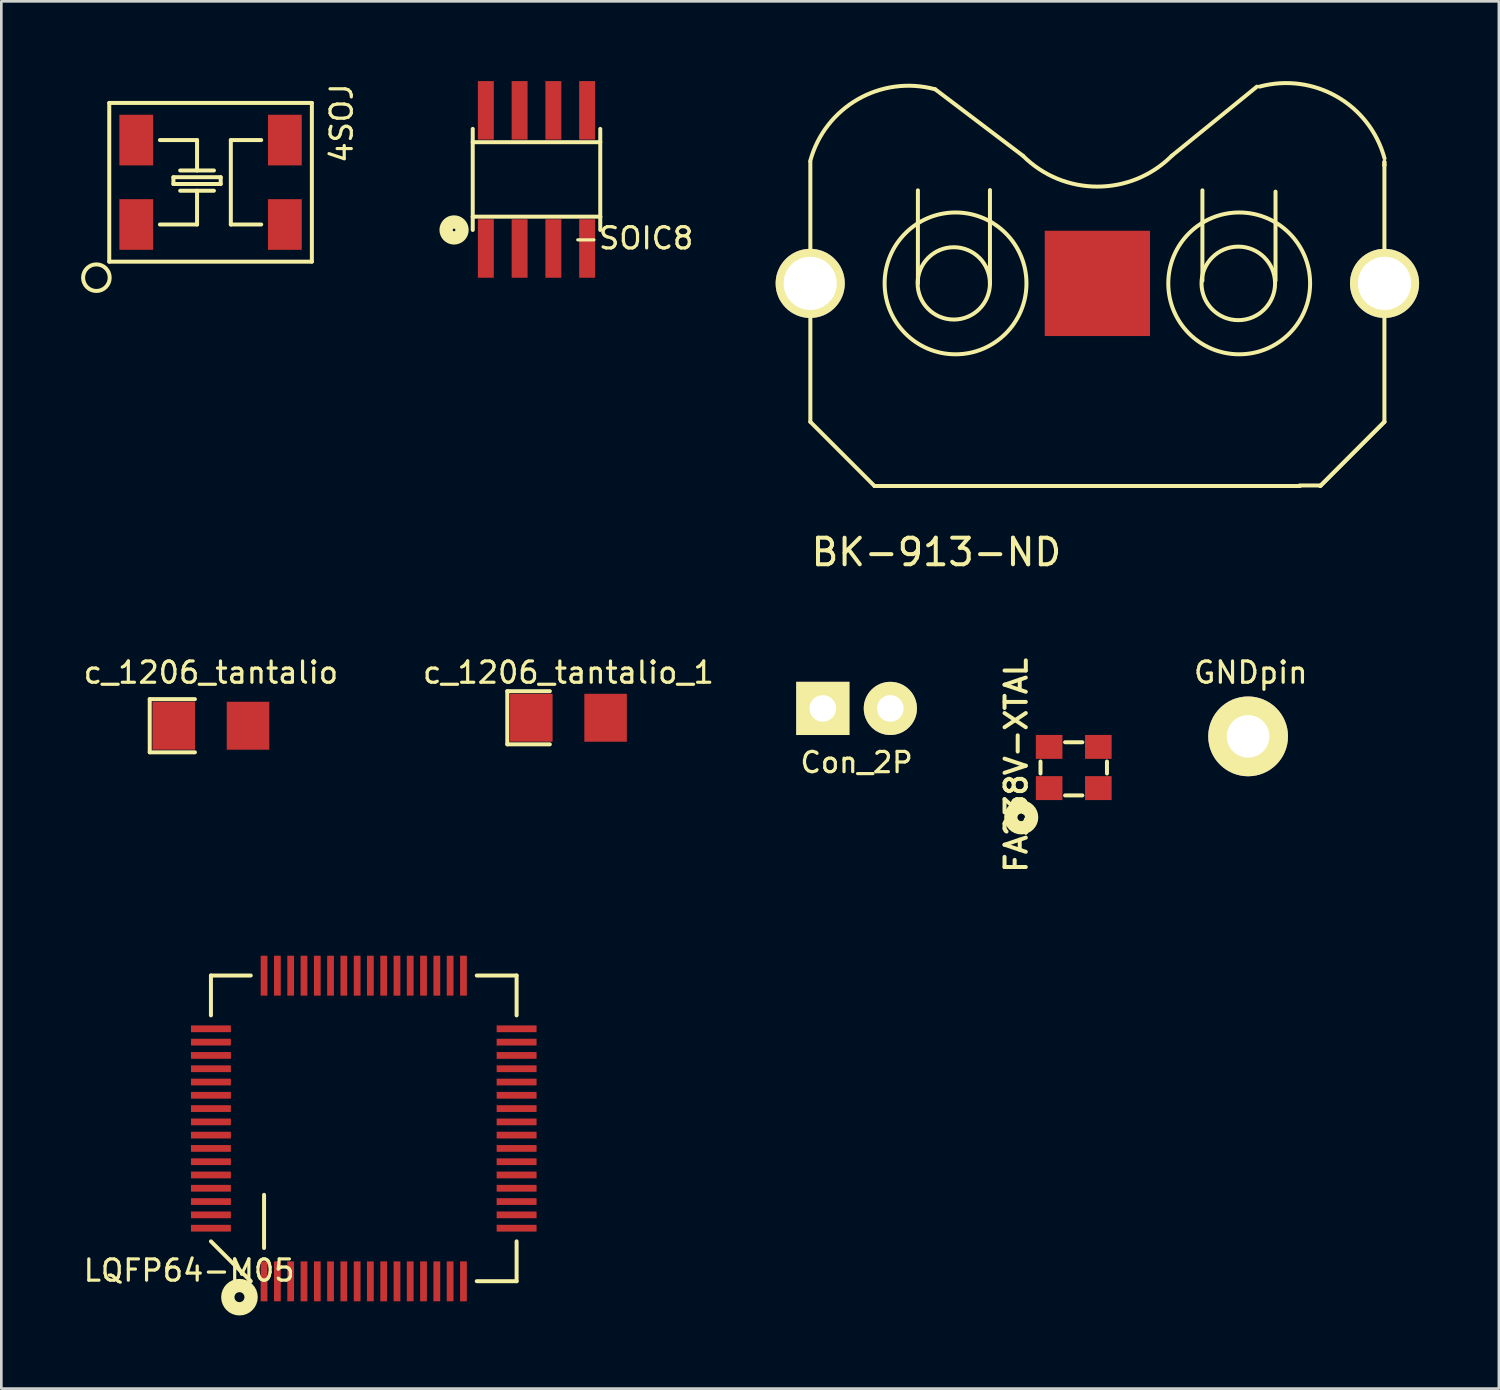
<source format=kicad_pcb>
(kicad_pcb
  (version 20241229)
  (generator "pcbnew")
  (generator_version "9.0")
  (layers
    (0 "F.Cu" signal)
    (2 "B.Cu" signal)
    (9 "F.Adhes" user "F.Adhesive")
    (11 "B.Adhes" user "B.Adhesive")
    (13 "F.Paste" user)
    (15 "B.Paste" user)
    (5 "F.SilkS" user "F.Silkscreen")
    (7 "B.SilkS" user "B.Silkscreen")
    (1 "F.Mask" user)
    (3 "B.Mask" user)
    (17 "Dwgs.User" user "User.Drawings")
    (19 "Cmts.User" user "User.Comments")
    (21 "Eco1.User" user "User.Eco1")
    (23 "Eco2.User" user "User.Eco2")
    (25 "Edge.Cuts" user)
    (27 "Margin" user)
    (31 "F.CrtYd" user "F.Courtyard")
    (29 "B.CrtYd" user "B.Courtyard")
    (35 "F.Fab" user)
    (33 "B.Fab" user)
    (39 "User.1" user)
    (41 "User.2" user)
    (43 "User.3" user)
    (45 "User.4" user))
  (footprint "FA238V-XTAL"
    (layer "F.Cu")
    (at 36.407 26.59)
    (property "Reference" "FA238V-XTAL" (at -1.24 -0.861 90) (layer "F.SilkS") (effects (font (size 0.8 0.8) (thickness 0.15))))
    (attr through_hole)
    (fp_line (start -0.325 -0.55) (end -0.325 -1) (stroke (width 0.15) (type solid)) (layer "F.SilkS"))
    (fp_line (start 0.6 0.275) (end 1.25 0.275) (stroke (width 0.15) (type solid)) (layer "F.SilkS"))
    (fp_line (start 1.25 -1.725) (end 0.6 -1.725) (stroke (width 0.15) (type solid)) (layer "F.SilkS"))
    (fp_line (start 2.175 -1) (end 2.175 -0.55) (stroke (width 0.15) (type solid)) (layer "F.SilkS"))
    (fp_circle (center -1.05 1.1) (end -0.95 1.2) (stroke (width 0.5) (type solid)) (fill no) (layer "F.SilkS"))
    (pad "1" smd rect (at 0 0) (size 1 0.9) (layers "F.Cu" "F.Mask" "F.Paste"))
    (pad "2" smd rect (at 1.85 0) (size 1 0.9) (layers "F.Cu" "F.Mask" "F.Paste"))
    (pad "3" smd rect (at 1.85 -1.55) (size 1 0.9) (layers "F.Cu" "F.Mask" "F.Paste"))
    (pad "4" smd rect (at 0 -1.55) (size 1 0.9) (layers "F.Cu" "F.Mask" "F.Paste")))
  (footprint "BK-913-ND"
    (layer "F.Cu")
    (at 38.221 7.608)
    (property "Reference" "BK-913-ND" (at -6.055 10.109 0) (layer "F.SilkS") (effects (font (size 1 1) (thickness 0.15))))
    (attr through_hole)
    (fp_line (start -10.795 -4.572) (end -10.795 0) (stroke (width 0.15) (type solid)) (layer "F.SilkS"))
    (fp_line (start -10.795 0) (end -10.795 5.207) (stroke (width 0.15) (type solid)) (layer "F.SilkS"))
    (fp_line (start -10.795 5.207) (end -8.382 7.62) (stroke (width 0.15) (type solid)) (layer "F.SilkS"))
    (fp_line (start -8.382 7.62) (end 7.62 7.62) (stroke (width 0.15) (type solid)) (layer "F.SilkS"))
    (fp_line (start -6.75 0) (end -6.75 -3.5) (stroke (width 0.15) (type solid)) (layer "F.SilkS"))
    (fp_line (start -6.1 -7.3) (end -2.8 -4.8) (stroke (width 0.15) (type solid)) (layer "F.SilkS"))
    (fp_line (start -4.04 0.02) (end -4.04 -3.51) (stroke (width 0.15) (type solid)) (layer "F.SilkS"))
    (fp_line (start 3.95 -0.1) (end 3.95 -3.5) (stroke (width 0.15) (type solid)) (layer "F.SilkS"))
    (fp_line (start 6 -7.4) (end 2.8 -4.8) (stroke (width 0.15) (type solid)) (layer "F.SilkS"))
    (fp_line (start 6.7 -0.1) (end 6.7 -3.45) (stroke (width 0.15) (type solid)) (layer "F.SilkS"))
    (fp_line (start 7.6 7.6) (end 8.4 7.6) (stroke (width 0.15) (type solid)) (layer "F.SilkS"))
    (fp_line (start 10.795 -4.572) (end 10.795 -4.445) (stroke (width 0.15) (type solid)) (layer "F.SilkS"))
    (fp_line (start 10.795 -4.572) (end 10.795 -4.445) (stroke (width 0.15) (type solid)) (layer "F.SilkS"))
    (fp_line (start 10.795 0) (end 10.795 -4.445) (stroke (width 0.15) (type solid)) (layer "F.SilkS"))
    (fp_line (start 10.795 0) (end 10.795 5.207) (stroke (width 0.15) (type solid)) (layer "F.SilkS"))
    (fp_line (start 10.795 5.207) (end 8.382 7.62) (stroke (width 0.15) (type solid)) (layer "F.SilkS"))
    (fp_line (start 10.795 5.207) (end 8.382 7.62) (stroke (width 0.15) (type solid)) (layer "F.SilkS"))
    (fp_arc (start -10.8 -4.6) (mid -9.009188 -6.923402) (end -6.1 -7.3) (stroke (width 0.15) (type solid)) (layer "F.SilkS"))
    (fp_arc (start 2.8 -4.8) (mid 0 -3.640202) (end -2.8 -4.8) (stroke (width 0.15) (type solid)) (layer "F.SilkS"))
    (fp_arc (start 6.1 -7.4) (mid 9.009188 -7.023402) (end 10.8 -4.7) (stroke (width 0.15) (type solid)) (layer "F.SilkS"))
    (fp_circle (center -5.4 0) (end -4.1 0.4) (stroke (width 0.15) (type solid)) (fill no) (layer "F.SilkS"))
    (fp_circle (center -5.334 0) (end -2.667 0) (stroke (width 0.15) (type solid)) (fill no) (layer "F.SilkS"))
    (fp_circle (center 5.3 0) (end 6.35 0.9) (stroke (width 0.15) (type solid)) (fill no) (layer "F.SilkS"))
    (fp_circle (center 5.334 0) (end 2.667 0) (stroke (width 0.15) (type solid)) (fill no) (layer "F.SilkS"))
    (pad "1" thru_hole circle (at -10.8 0) (size 2.6 2.6) (drill 2) (layers "*.Cu" "*.Mask" "F.SilkS"))
    (pad "1" thru_hole circle (at 10.8 0) (size 2.6 2.6) (drill 2) (layers "*.Cu" "*.Mask" "F.SilkS"))
    (pad "2" smd rect (at 0 0) (size 3.96 3.96) (layers "F.Cu" "F.Mask" "F.Paste")))
  (footprint "LQFP64-M05"
    (layer "F.Cu")
    (at 10.628 39.389)
    (property "Reference" "LQFP64-M05" (at -6.566 5.343 0) (layer "F.SilkS") (effects (font (size 0.8 0.8) (thickness 0.12))))
    (attr smd)
    (fp_line (start -5.745 -5.751) (end -4.247 -5.751) (stroke (width 0.15) (type solid)) (layer "F.SilkS"))
    (fp_line (start -5.745 -4.252) (end -5.745 -5.751) (stroke (width 0.15) (type solid)) (layer "F.SilkS"))
    (fp_line (start -5.745 4.247) (end -4.247 5.745) (stroke (width 0.15) (type solid)) (layer "F.SilkS"))
    (fp_line (start -3.747 4.496) (end -3.747 2.497) (stroke (width 0.15) (type solid)) (layer "F.SilkS"))
    (fp_line (start 5.751 -5.751) (end 4.252 -5.751) (stroke (width 0.15) (type solid)) (layer "F.SilkS"))
    (fp_line (start 5.751 -4.252) (end 5.751 -5.751) (stroke (width 0.15) (type solid)) (layer "F.SilkS"))
    (fp_line (start 5.751 4.247) (end 5.751 5.745) (stroke (width 0.15) (type solid)) (layer "F.SilkS"))
    (fp_line (start 5.751 5.745) (end 4.252 5.745) (stroke (width 0.15) (type solid)) (layer "F.SilkS"))
    (fp_circle (center -4.672 6.346) (end -4.484 6.346) (stroke (width 0.5) (type solid)) (fill no) (layer "F.SilkS"))
    (pad "1" smd rect (at -3.747 5.751) (size 0.254 1.501) (layers "F.Cu" "F.Mask" "F.Paste"))
    (pad "2" smd rect (at -3.246 5.751) (size 0.254 1.501) (layers "F.Cu" "F.Mask" "F.Paste"))
    (pad "3" smd rect (at -2.746 5.751) (size 0.254 1.501) (layers "F.Cu" "F.Mask" "F.Paste"))
    (pad "4" smd rect (at -2.245 5.751) (size 0.254 1.501) (layers "F.Cu" "F.Mask" "F.Paste"))
    (pad "5" smd rect (at -1.745 5.751) (size 0.254 1.501) (layers "F.Cu" "F.Mask" "F.Paste"))
    (pad "6" smd rect (at -1.247 5.751) (size 0.254 1.501) (layers "F.Cu" "F.Mask" "F.Paste"))
    (pad "7" smd rect (at -0.747 5.751) (size 0.254 1.501) (layers "F.Cu" "F.Mask" "F.Paste"))
    (pad "8" smd rect (at -0.246 5.751) (size 0.254 1.501) (layers "F.Cu" "F.Mask" "F.Paste"))
    (pad "9" smd rect (at 0.251 5.751) (size 0.254 1.501) (layers "F.Cu" "F.Mask" "F.Paste"))
    (pad "10" smd rect (at 0.752 5.751) (size 0.254 1.501) (layers "F.Cu" "F.Mask" "F.Paste"))
    (pad "11" smd rect (at 1.252 5.751) (size 0.254 1.501) (layers "F.Cu" "F.Mask" "F.Paste"))
    (pad "12" smd rect (at 1.75 5.751) (size 0.254 1.501) (layers "F.Cu" "F.Mask" "F.Paste"))
    (pad "13" smd rect (at 2.25 5.751) (size 0.254 1.501) (layers "F.Cu" "F.Mask" "F.Paste"))
    (pad "14" smd rect (at 2.751 5.751) (size 0.254 1.501) (layers "F.Cu" "F.Mask" "F.Paste"))
    (pad "15" smd rect (at 3.251 5.751) (size 0.254 1.501) (layers "F.Cu" "F.Mask" "F.Paste"))
    (pad "16" smd rect (at 3.752 5.751) (size 0.254 1.501) (layers "F.Cu" "F.Mask" "F.Paste"))
    (pad "17" smd rect (at 5.751 3.752 90) (size 0.254 1.501) (layers "F.Cu" "F.Mask" "F.Paste"))
    (pad "18" smd rect (at 5.751 3.251 90) (size 0.254 1.501) (layers "F.Cu" "F.Mask" "F.Paste"))
    (pad "19" smd rect (at 5.751 2.751 90) (size 0.254 1.501) (layers "F.Cu" "F.Mask" "F.Paste"))
    (pad "20" smd rect (at 5.751 2.25 90) (size 0.254 1.501) (layers "F.Cu" "F.Mask" "F.Paste"))
    (pad "21" smd rect (at 5.751 1.75 90) (size 0.254 1.501) (layers "F.Cu" "F.Mask" "F.Paste"))
    (pad "22" smd rect (at 5.751 1.252 90) (size 0.254 1.501) (layers "F.Cu" "F.Mask" "F.Paste"))
    (pad "23" smd rect (at 5.751 0.752 90) (size 0.254 1.501) (layers "F.Cu" "F.Mask" "F.Paste"))
    (pad "24" smd rect (at 5.751 0.251 90) (size 0.254 1.501) (layers "F.Cu" "F.Mask" "F.Paste"))
    (pad "25" smd rect (at 5.751 -0.246 90) (size 0.254 1.501) (layers "F.Cu" "F.Mask" "F.Paste"))
    (pad "26" smd rect (at 5.751 -0.747 90) (size 0.254 1.501) (layers "F.Cu" "F.Mask" "F.Paste"))
    (pad "27" smd rect (at 5.751 -1.247 90) (size 0.254 1.501) (layers "F.Cu" "F.Mask" "F.Paste"))
    (pad "28" smd rect (at 5.751 -1.745 90) (size 0.254 1.501) (layers "F.Cu" "F.Mask" "F.Paste"))
    (pad "29" smd rect (at 5.751 -2.245 90) (size 0.254 1.501) (layers "F.Cu" "F.Mask" "F.Paste"))
    (pad "30" smd rect (at 5.751 -2.746 90) (size 0.254 1.501) (layers "F.Cu" "F.Mask" "F.Paste"))
    (pad "31" smd rect (at 5.751 -3.246 90) (size 0.254 1.501) (layers "F.Cu" "F.Mask" "F.Paste"))
    (pad "32" smd rect (at 5.751 -3.747 90) (size 0.254 1.501) (layers "F.Cu" "F.Mask" "F.Paste"))
    (pad "33" smd rect (at 3.752 -5.745) (size 0.254 1.501) (layers "F.Cu" "F.Mask" "F.Paste"))
    (pad "34" smd rect (at 3.251 -5.745) (size 0.254 1.501) (layers "F.Cu" "F.Mask" "F.Paste"))
    (pad "35" smd rect (at 2.751 -5.745) (size 0.254 1.501) (layers "F.Cu" "F.Mask" "F.Paste"))
    (pad "36" smd rect (at 2.25 -5.745) (size 0.254 1.501) (layers "F.Cu" "F.Mask" "F.Paste"))
    (pad "37" smd rect (at 1.75 -5.745) (size 0.254 1.501) (layers "F.Cu" "F.Mask" "F.Paste"))
    (pad "38" smd rect (at 1.252 -5.745) (size 0.254 1.501) (layers "F.Cu" "F.Mask" "F.Paste"))
    (pad "39" smd rect (at 0.752 -5.745) (size 0.254 1.501) (layers "F.Cu" "F.Mask" "F.Paste"))
    (pad "40" smd rect (at 0.251 -5.745) (size 0.254 1.501) (layers "F.Cu" "F.Mask" "F.Paste"))
    (pad "41" smd rect (at -0.246 -5.745) (size 0.254 1.501) (layers "F.Cu" "F.Mask" "F.Paste"))
    (pad "42" smd rect (at -0.747 -5.745) (size 0.254 1.501) (layers "F.Cu" "F.Mask" "F.Paste"))
    (pad "43" smd rect (at -1.247 -5.745) (size 0.254 1.501) (layers "F.Cu" "F.Mask" "F.Paste"))
    (pad "44" smd rect (at -1.745 -5.745) (size 0.254 1.501) (layers "F.Cu" "F.Mask" "F.Paste"))
    (pad "45" smd rect (at -2.245 -5.745) (size 0.254 1.501) (layers "F.Cu" "F.Mask" "F.Paste"))
    (pad "46" smd rect (at -2.746 -5.745) (size 0.254 1.501) (layers "F.Cu" "F.Mask" "F.Paste"))
    (pad "47" smd rect (at -3.246 -5.745) (size 0.254 1.501) (layers "F.Cu" "F.Mask" "F.Paste"))
    (pad "48" smd rect (at -3.747 -5.745) (size 0.254 1.501) (layers "F.Cu" "F.Mask" "F.Paste"))
    (pad "49" smd rect (at -5.745 -3.747 90) (size 0.254 1.501) (layers "F.Cu" "F.Mask" "F.Paste"))
    (pad "50" smd rect (at -5.745 -3.246 90) (size 0.254 1.501) (layers "F.Cu" "F.Mask" "F.Paste"))
    (pad "51" smd rect (at -5.745 -2.746 90) (size 0.254 1.501) (layers "F.Cu" "F.Mask" "F.Paste"))
    (pad "52" smd rect (at -5.745 -2.245 90) (size 0.254 1.501) (layers "F.Cu" "F.Mask" "F.Paste"))
    (pad "53" smd rect (at -5.745 -1.745 90) (size 0.254 1.501) (layers "F.Cu" "F.Mask" "F.Paste"))
    (pad "54" smd rect (at -5.745 -1.247 90) (size 0.254 1.501) (layers "F.Cu" "F.Mask" "F.Paste"))
    (pad "55" smd rect (at -5.745 -0.747 90) (size 0.254 1.501) (layers "F.Cu" "F.Mask" "F.Paste"))
    (pad "56" smd rect (at -5.745 -0.246 90) (size 0.254 1.501) (layers "F.Cu" "F.Mask" "F.Paste"))
    (pad "57" smd rect (at -5.745 0.251 90) (size 0.254 1.501) (layers "F.Cu" "F.Mask" "F.Paste"))
    (pad "58" smd rect (at -5.745 0.752 90) (size 0.254 1.501) (layers "F.Cu" "F.Mask" "F.Paste"))
    (pad "59" smd rect (at -5.745 1.252 90) (size 0.254 1.501) (layers "F.Cu" "F.Mask" "F.Paste"))
    (pad "60" smd rect (at -5.745 1.75 90) (size 0.254 1.501) (layers "F.Cu" "F.Mask" "F.Paste"))
    (pad "61" smd rect (at -5.745 2.25 90) (size 0.254 1.501) (layers "F.Cu" "F.Mask" "F.Paste"))
    (pad "62" smd rect (at -5.745 2.751 90) (size 0.254 1.501) (layers "F.Cu" "F.Mask" "F.Paste"))
    (pad "63" smd rect (at -5.745 3.251 90) (size 0.254 1.501) (layers "F.Cu" "F.Mask" "F.Paste"))
    (pad "64" smd rect (at -5.745 3.752 90) (size 0.254 1.501) (layers "F.Cu" "F.Mask" "F.Paste")))
  (footprint "GNDpin"
    (layer "F.Cu")
    (at 43.89 24.644)
    (property "Reference" "GNDpin" (at 0.1 -2.4 0) (layer "F.SilkS") (effects (font (size 0.8 0.8) (thickness 0.12))))
    (attr through_hole)
    (pad "1" thru_hole circle (at 0 0) (size 3 3) (drill 1.6) (layers "*.Cu" "*.Mask" "F.SilkS")))
  (footprint "c_1206_tantalio"
    (layer "F.Cu")
    (at 4.881 24.244)
    (property "Reference" "c_1206_tantalio" (at 0 -2 180) (layer "F.SilkS") (effects (font (size 0.8 0.8) (thickness 0.12))))
    (attr through_hole)
    (fp_line (start -2.3 -1) (end -2.3 1) (stroke (width 0.15) (type solid)) (layer "F.SilkS"))
    (fp_line (start -2.3 1) (end -0.6 1) (stroke (width 0.15) (type solid)) (layer "F.SilkS"))
    (fp_line (start -0.6 -1) (end -2.3 -1) (stroke (width 0.15) (type solid)) (layer "F.SilkS"))
    (pad "1" smd rect (at 1.397 0) (size 1.6 1.803) (layers "F.Cu" "F.Mask" "F.Paste"))
    (pad "2" smd rect (at -1.397 0) (size 1.6 1.803) (layers "F.Cu" "F.Mask" "F.Paste")))
  (footprint "-SOIC8"
    (layer "F.Cu")
    (at 17.127 3.698)
    (property "Reference" "-SOIC8" (at 3.628 2.213 0) (layer "F.SilkS") (effects (font (size 0.8 0.8) (thickness 0.12))))
    (attr smd)
    (fp_line (start -2.398 1.4) (end -2.398 -1.9) (stroke (width 0.15) (type solid)) (layer "F.SilkS"))
    (fp_line (start -2.398 1.9) (end -2.398 1.4) (stroke (width 0.15) (type solid)) (layer "F.SilkS"))
    (fp_line (start 2.398 -1.9) (end 2.398 1.4) (stroke (width 0.15) (type solid)) (layer "F.SilkS"))
    (fp_line (start 2.398 1.4) (end -2.398 1.4) (stroke (width 0.15) (type solid)) (layer "F.SilkS"))
    (fp_line (start 2.398 1.4) (end 2.398 1.9) (stroke (width 0.15) (type solid)) (layer "F.SilkS"))
    (fp_line (start 2.4 -1.4) (end -2.4 -1.4) (stroke (width 0.15) (type solid)) (layer "F.SilkS"))
    (fp_circle (center -3.1 1.9) (end -3.4 1.9) (stroke (width 0.5) (type solid)) (fill no) (layer "F.SilkS"))
    (pad "1" smd rect (at -1.905 2.598) (size 0.599 2.2) (layers "F.Cu" "F.Mask" "F.Paste"))
    (pad "2" smd rect (at -0.635 2.598) (size 0.599 2.2) (layers "F.Cu" "F.Mask" "F.Paste"))
    (pad "3" smd rect (at 0.635 2.598) (size 0.599 2.2) (layers "F.Cu" "F.Mask" "F.Paste"))
    (pad "4" smd rect (at 1.905 2.598) (size 0.599 2.2) (layers "F.Cu" "F.Mask" "F.Paste"))
    (pad "5" smd rect (at 1.905 -2.598) (size 0.599 2.2) (layers "F.Cu" "F.Mask" "F.Paste"))
    (pad "6" smd rect (at 0.635 -2.598) (size 0.599 2.2) (layers "F.Cu" "F.Mask" "F.Paste"))
    (pad "7" smd rect (at -0.635 -2.598) (size 0.599 2.2) (layers "F.Cu" "F.Mask" "F.Paste"))
    (pad "8" smd rect (at -1.905 -2.598) (size 0.599 2.2) (layers "F.Cu" "F.Mask" "F.Paste")))
  (footprint "Con_2P"
    (layer "F.Cu")
    (at 29.165 21.815)
    (property "Reference" "Con_2P" (at 0 3.81 0) (layer "F.SilkS") (effects (font (size 0.762 0.762) (thickness 0.12))))
    (attr through_hole)
    (pad "1" thru_hole rect (at -1.27 1.778) (size 2 2) (drill 1) (layers "*.Cu" "*.Mask" "F.SilkS"))
    (pad "2" thru_hole circle (at 1.27 1.778) (size 2 2) (drill 1) (layers "*.Cu" "*.Mask" "F.SilkS")))
  (footprint "4SOJ"
    (layer "F.Cu")
    (at 2.075 5.393)
    (property "Reference" "4SOJ" (at 7.723 -3.808 90) (layer "F.SilkS") (effects (font (size 0.8 0.8) (thickness 0.12))))
    (attr through_hole)
    (fp_line (start -1.016 -4.572) (end 6.604 -4.572) (stroke (width 0.15) (type solid)) (layer "F.SilkS"))
    (fp_line (start -1.016 1.397) (end -1.016 -4.572) (stroke (width 0.15) (type solid)) (layer "F.SilkS"))
    (fp_line (start -1.016 1.397) (end 6.604 1.397) (stroke (width 0.15) (type solid)) (layer "F.SilkS"))
    (fp_line (start 0.889 -3.175) (end 2.286 -3.175) (stroke (width 0.15) (type solid)) (layer "F.SilkS"))
    (fp_line (start 0.889 0) (end 2.286 0) (stroke (width 0.15) (type solid)) (layer "F.SilkS"))
    (fp_line (start 1.397 -1.778) (end 3.175 -1.778) (stroke (width 0.15) (type solid)) (layer "F.SilkS"))
    (fp_line (start 1.397 -1.524) (end 1.397 -1.778) (stroke (width 0.15) (type solid)) (layer "F.SilkS"))
    (fp_line (start 1.651 -1.27) (end 2.921 -1.27) (stroke (width 0.15) (type solid)) (layer "F.SilkS"))
    (fp_line (start 2.286 -3.175) (end 2.286 -2.032) (stroke (width 0.15) (type solid)) (layer "F.SilkS"))
    (fp_line (start 2.286 -1.27) (end 2.286 0) (stroke (width 0.15) (type solid)) (layer "F.SilkS"))
    (fp_line (start 2.921 -2.032) (end 1.651 -2.032) (stroke (width 0.15) (type solid)) (layer "F.SilkS"))
    (fp_line (start 3.175 -1.778) (end 3.175 -1.524) (stroke (width 0.15) (type solid)) (layer "F.SilkS"))
    (fp_line (start 3.175 -1.524) (end 1.397 -1.524) (stroke (width 0.15) (type solid)) (layer "F.SilkS"))
    (fp_line (start 3.556 -3.175) (end 4.699 -3.175) (stroke (width 0.15) (type solid)) (layer "F.SilkS"))
    (fp_line (start 3.556 0) (end 3.556 -3.175) (stroke (width 0.15) (type solid)) (layer "F.SilkS"))
    (fp_line (start 4.699 0) (end 3.556 0) (stroke (width 0.15) (type solid)) (layer "F.SilkS"))
    (fp_line (start 6.604 -4.572) (end 6.604 1.397) (stroke (width 0.15) (type solid)) (layer "F.SilkS"))
    (fp_circle (center -1.5 2) (end -1.5 2.5) (stroke (width 0.15) (type solid)) (fill no) (layer "F.SilkS"))
    (pad "1" smd rect (at 0 0) (size 1.27 1.905) (layers "F.Cu" "F.Mask" "F.Paste"))
    (pad "2" smd rect (at 5.588 0) (size 1.27 1.905) (layers "F.Cu" "F.Mask" "F.Paste"))
    (pad "3" smd rect (at 5.588 -3.175) (size 1.27 1.905) (layers "F.Cu" "F.Mask" "F.Paste"))
    (pad "4" smd rect (at 0 -3.175) (size 1.27 1.905) (layers "F.Cu" "F.Mask" "F.Paste")))
  (footprint "c_1206_tantalio_1"
    (layer "F.Cu")
    (at 18.329 23.944)
    (property "Reference" "c_1206_tantalio_1" (at 0 -1.7 0) (layer "F.SilkS") (effects (font (size 0.8 0.8) (thickness 0.12))))
    (attr through_hole)
    (fp_line (start -2.3 -1) (end -2.3 1) (stroke (width 0.15) (type solid)) (layer "F.SilkS"))
    (fp_line (start -2.3 1) (end -0.7 1) (stroke (width 0.15) (type solid)) (layer "F.SilkS"))
    (fp_line (start -0.7 -1) (end -2.3 -1) (stroke (width 0.15) (type solid)) (layer "F.SilkS"))
    (pad "1" smd rect (at -1.397 0) (size 1.6 1.803) (layers "F.Cu" "F.Mask" "F.Paste"))
    (pad "2" smd rect (at 1.397 0) (size 1.6 1.803) (layers "F.Cu" "F.Mask" "F.Paste")))
  (gr_rect
    (start -3 -3)
    (end 53.321 49.173)
    (stroke (width 0.1) (type default))
    (fill no)
    (layer "Edge.Cuts")))
</source>
